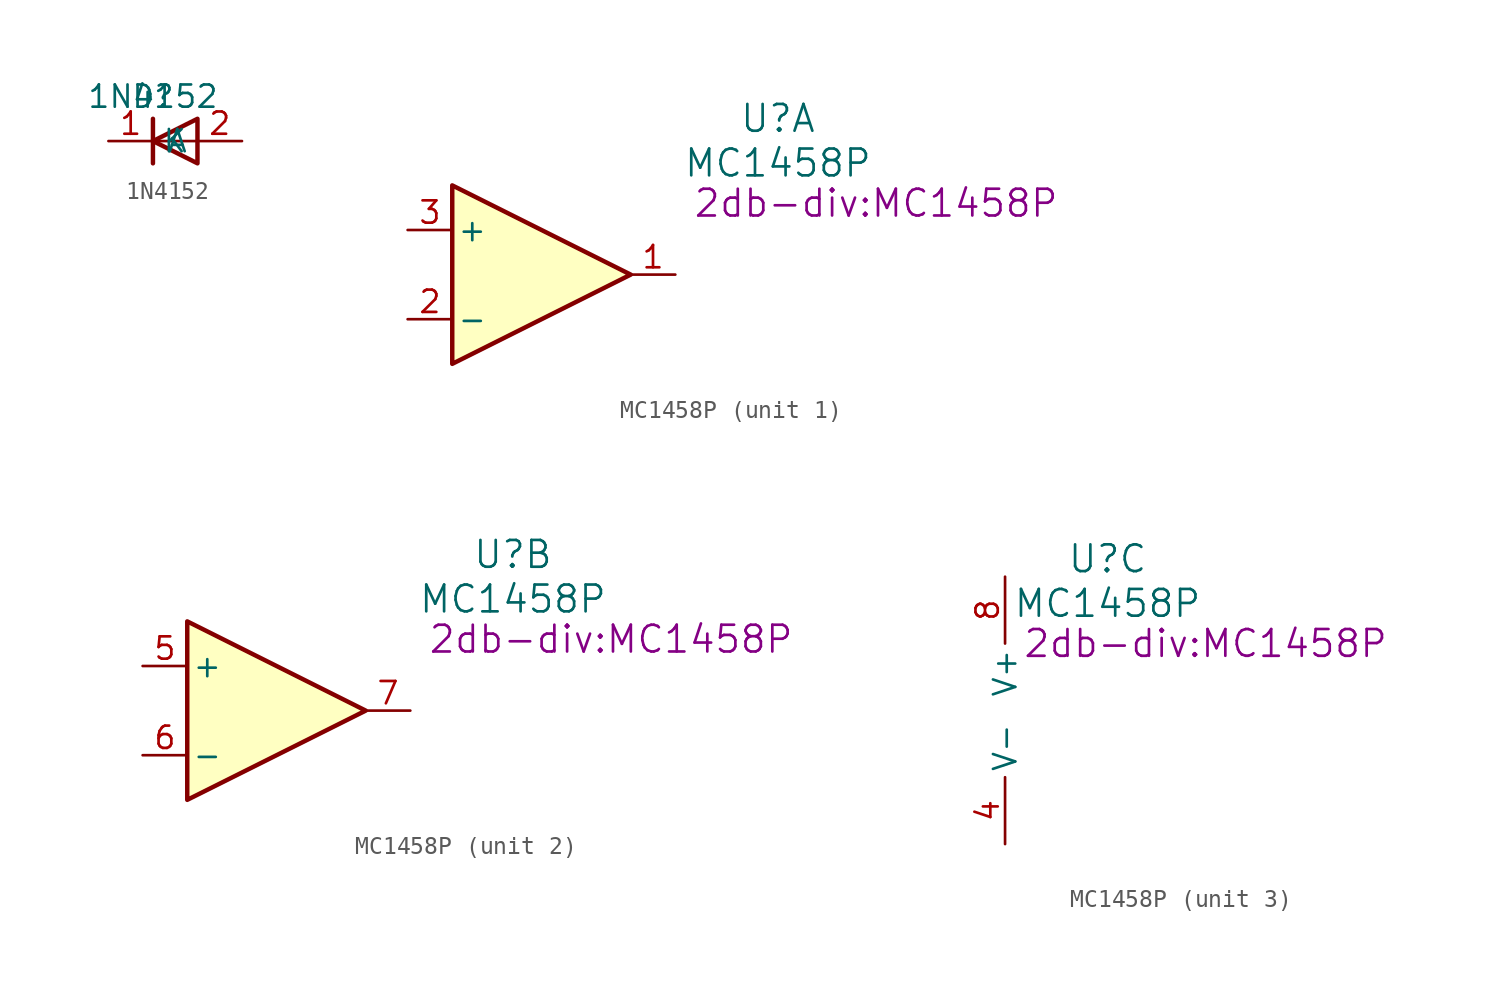
<source format=kicad_sym>
(kicad_symbol_lib
  (version 20211014)
  (generator kicad_symbol_editor)
  (symbol "1N4152"
    (property "Reference" "D"
      (at 0 0 0)
      (effects (font (size 1.27 1.27))))
    (property "Value" "1N4152"
      (at 0 0 0)
      (effects (font (size 1.27 1.27))))
    (symbol "1N4152_0_1"
      (polyline (pts (xy 0 -1.27) (xy 0 -3.81)) (stroke (width 0.254) (type default) (color 0 0 0 0)) (fill (type none)))
      (polyline (pts (xy 2.54 -2.54) (xy 0 -2.54)) (stroke (width 0) (type default) (color 0 0 0 0)) (fill (type none)))
      (polyline (pts (xy 2.54 -1.27) (xy 2.54 -3.81) (xy 0 -2.54) (xy 2.54 -1.27)) (stroke (width 0.254) (type default) (color 0 0 0 0)) (fill (type none))))
    (symbol "1N4152_1_1"
      (pin passive line (at -2.54 -2.54 0) (length 2.54) (name "K" (effects (font (size 1.27 1.27)))) (number "1" (effects (font (size 1.27 1.27)))))
      (pin passive line (at 5.08 -2.54 180) (length 2.54) (name "A" (effects (font (size 1.27 1.27)))) (number "2" (effects (font (size 1.27 1.27)))))))
  (symbol "MC1458P"
    (pin_names
      (offset 0.254))
    (property "Reference" "U"
      (at 5.842 8.89 0)
      (effects (font (size 1.524 1.524))))
    (property "Value" "MC1458P"
      (at 5.842 6.35 0)
      (effects (font (size 1.524 1.524))))
    (property "Footprint" "2db-div:MC1458P"
      (at 11.43 4.064 0)
      (effects (font (size 1.524 1.524))))
    (property "Datasheet" ""
      (at 0 0 0)
      (effects (font (size 1.524 1.524))))
    (property "ki_locked" ""
      (at 0 0 0)
      (effects (font (size 1.27 1.27))))
    (symbol "MC1458P_1_1"
      (polyline (pts (xy -12.7 5.08) (xy -2.54 0) (xy -12.7 -5.08) (xy -12.7 5.08)) (stroke (width 0.254) (type default) (color 0 0 0 0)) (fill (type background)))
      (pin output line (at 0 0 180) (length 2.54) (name "~" (effects (font (size 1.27 1.27)))) (number "1" (effects (font (size 1.27 1.27)))))
      (pin input line (at -15.24 -2.54 0) (length 2.54) (name "-" (effects (font (size 1.27 1.27)))) (number "2" (effects (font (size 1.27 1.27)))))
      (pin input line (at -15.24 2.54 0) (length 2.54) (name "+" (effects (font (size 1.27 1.27)))) (number "3" (effects (font (size 1.27 1.27))))))
    (symbol "MC1458P_2_1"
      (polyline (pts (xy -12.7 5.08) (xy -2.54 0) (xy -12.7 -5.08) (xy -12.7 5.08)) (stroke (width 0.254) (type default) (color 0 0 0 0)) (fill (type background)))
      (pin input line (at -15.24 2.54 0) (length 2.54) (name "+" (effects (font (size 1.27 1.27)))) (number "5" (effects (font (size 1.27 1.27)))))
      (pin input line (at -15.24 -2.54 0) (length 2.54) (name "-" (effects (font (size 1.27 1.27)))) (number "6" (effects (font (size 1.27 1.27)))))
      (pin output line (at 0 0 180) (length 2.54) (name "~" (effects (font (size 1.27 1.27)))) (number "7" (effects (font (size 1.27 1.27))))))
    (symbol "MC1458P_3_1"
      (pin power_in line (at 0 -7.366 90) (length 3.81) (name "V-" (effects (font (size 1.27 1.27)))) (number "4" (effects (font (size 1.27 1.27)))))
      (pin power_in line (at 0 7.874 270) (length 3.81) (name "V+" (effects (font (size 1.27 1.27)))) (number "8" (effects (font (size 1.27 1.27))))))))
</source>
